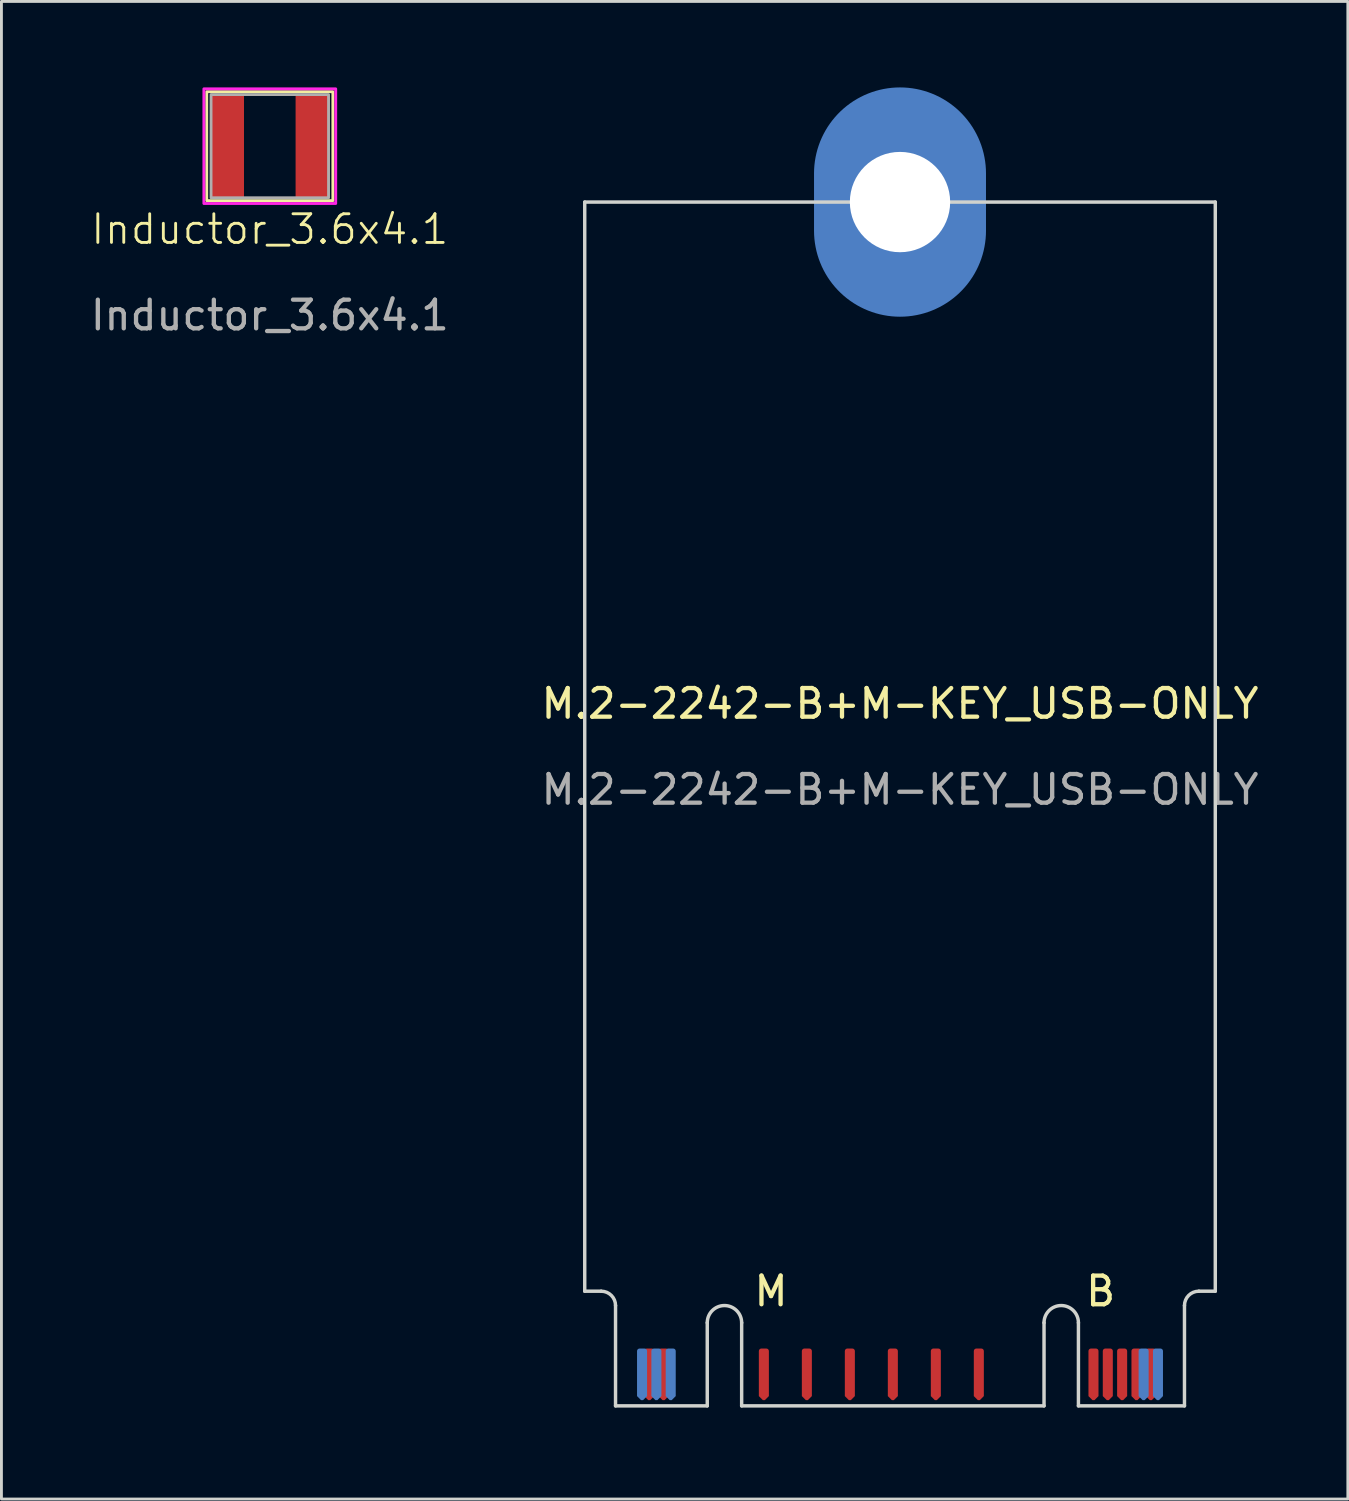
<source format=kicad_pcb>
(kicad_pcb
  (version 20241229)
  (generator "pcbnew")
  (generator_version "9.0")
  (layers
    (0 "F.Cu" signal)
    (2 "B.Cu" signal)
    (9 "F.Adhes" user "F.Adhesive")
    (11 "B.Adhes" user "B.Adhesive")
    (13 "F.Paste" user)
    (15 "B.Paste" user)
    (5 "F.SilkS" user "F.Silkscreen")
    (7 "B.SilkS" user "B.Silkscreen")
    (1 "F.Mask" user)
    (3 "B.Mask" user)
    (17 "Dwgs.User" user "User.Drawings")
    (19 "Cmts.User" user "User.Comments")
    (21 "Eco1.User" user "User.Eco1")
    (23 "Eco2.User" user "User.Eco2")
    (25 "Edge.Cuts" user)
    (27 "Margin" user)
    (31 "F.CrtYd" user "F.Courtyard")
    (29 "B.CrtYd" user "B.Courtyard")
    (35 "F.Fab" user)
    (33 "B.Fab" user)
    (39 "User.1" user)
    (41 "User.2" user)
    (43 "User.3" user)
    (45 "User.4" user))
  (footprint "M.2-2242-B+M-KEY_USB-ONLY"
    (layer "F.Cu")
    (at 28.351 46)
    (property "Reference" "M.2-2242-B+M-KEY_USB-ONLY" (at 0 -24.5 0) (unlocked yes) (layer "F.SilkS") (effects (font (size 1 1) (thickness 0.15))))
    (attr smd)
    (fp_line (start -11 -4) (end -11 -42) (stroke (width 0.12) (type solid)) (layer "Edge.Cuts"))
    (fp_line (start -10.425 -4) (end -11 -4) (stroke (width 0.12) (type default)) (layer "Edge.Cuts"))
    (fp_line (start -9.925 -3.5) (end -9.925 0) (stroke (width 0.12) (type solid)) (layer "Edge.Cuts"))
    (fp_line (start -9.925 0) (end -6.725 0) (stroke (width 0.12) (type default)) (layer "Edge.Cuts"))
    (fp_line (start -6.725 0) (end -6.725 -2.9) (stroke (width 0.12) (type solid)) (layer "Edge.Cuts"))
    (fp_line (start -5.525 -2.9) (end -5.525 0) (stroke (width 0.12) (type solid)) (layer "Edge.Cuts"))
    (fp_line (start -5.525 0) (end 5.025 0) (stroke (width 0.12) (type solid)) (layer "Edge.Cuts"))
    (fp_line (start 5.025 0) (end 5.025 -2.9) (stroke (width 0.12) (type solid)) (layer "Edge.Cuts"))
    (fp_line (start 6.225 -2.9) (end 6.225 0) (stroke (width 0.12) (type solid)) (layer "Edge.Cuts"))
    (fp_line (start 6.225 0) (end 9.925 0) (stroke (width 0.12) (type solid)) (layer "Edge.Cuts"))
    (fp_line (start 9.925 0) (end 9.925 -3.5) (stroke (width 0.12) (type solid)) (layer "Edge.Cuts"))
    (fp_line (start 10.425 -4) (end 11 -4) (stroke (width 0.12) (type default)) (layer "Edge.Cuts"))
    (fp_line (start 11 -42) (end -11 -42) (stroke (width 0.12) (type solid)) (layer "Edge.Cuts"))
    (fp_line (start 11 -4) (end 11 -42) (stroke (width 0.12) (type solid)) (layer "Edge.Cuts"))
    (fp_arc (start -10.425 -4) (mid -10.071447 -3.853553) (end -9.925 -3.5) (stroke (width 0.12) (type default)) (layer "Edge.Cuts"))
    (fp_arc (start -6.725 -2.9) (mid -6.125 -3.5) (end -5.525 -2.9) (stroke (width 0.12) (type solid)) (layer "Edge.Cuts"))
    (fp_arc (start 5.025 -2.9) (mid 5.625 -3.5) (end 6.225 -2.9) (stroke (width 0.12) (type solid)) (layer "Edge.Cuts"))
    (fp_arc (start 9.925 -3.5) (mid 10.071447 -3.853553) (end 10.425 -4) (stroke (width 0.12) (type default)) (layer "Edge.Cuts"))
    (fp_text user "M" (at -4.5 -4 0) (unlocked yes) (layer "F.SilkS") (effects (font (size 1 1) (thickness 0.15))))
    (fp_text user "B" (at 7 -4 0) (unlocked yes) (layer "F.SilkS") (effects (font (size 1 1) (thickness 0.15))))
    (fp_text user "${REFERENCE}" (at 0 -21.5 0) (unlocked yes) (layer "F.Fab") (effects (font (size 1 1) (thickness 0.15))))
    (pad "2" smd roundrect (at 9 -1.1) (size 0.35 1.8) (layers "B.Cu" "B.Mask" "B.Paste") (roundrect_rratio 0.25) (chamfer_ratio 0.4) (chamfer bottom_left bottom_right))
    (pad "3" thru_hole circle (at 0 -42) (size 5.5 5.5) (drill 3.5) (property pad_prop_castellated) (layers "*.Cu" "*.Mask"))
    (pad "3" connect oval (at 0 -42) (size 6 8) (layers "B.Cu" "B.Mask"))
    (pad "3" smd roundrect (at 8.75 -1.1) (size 0.35 1.8) (layers "F.Cu" "F.Mask" "F.Paste") (roundrect_rratio 0.25) (chamfer_ratio 0.4) (chamfer bottom_left bottom_right))
    (pad "4" smd roundrect (at 8.5 -1.1) (size 0.35 1.8) (layers "B.Cu" "B.Mask" "B.Paste") (roundrect_rratio 0.25) (chamfer_ratio 0.4) (chamfer bottom_left bottom_right))
    (pad "5" smd roundrect (at 8.25 -1.1) (size 0.35 1.8) (layers "F.Cu" "F.Mask" "F.Paste") (roundrect_rratio 0.25) (chamfer_ratio 0.4) (chamfer bottom_left bottom_right))
    (pad "7" smd roundrect (at 7.75 -1.1) (size 0.35 1.8) (layers "F.Cu" "F.Mask" "F.Paste") (roundrect_rratio 0.25) (chamfer_ratio 0.4) (chamfer bottom_left bottom_right))
    (pad "9" smd roundrect (at 7.25 -1.1) (size 0.35 1.8) (layers "F.Cu" "F.Mask" "F.Paste") (roundrect_rratio 0.25) (chamfer_ratio 0.4) (chamfer bottom_left bottom_right))
    (pad "11" smd roundrect (at 6.75 -1.1) (size 0.35 1.8) (layers "F.Cu" "F.Mask" "F.Paste") (roundrect_rratio 0.25) (chamfer_ratio 0.4) (chamfer bottom_left bottom_right))
    (pad "27" smd roundrect (at 2.75 -1.1) (size 0.35 1.8) (layers "F.Cu" "F.Mask" "F.Paste") (roundrect_rratio 0.25) (chamfer_ratio 0.4) (chamfer bottom_left bottom_right))
    (pad "33" smd roundrect (at 1.25 -1.1) (size 0.35 1.8) (layers "F.Cu" "F.Mask" "F.Paste") (roundrect_rratio 0.25) (chamfer_ratio 0.4) (chamfer bottom_left bottom_right))
    (pad "39" smd roundrect (at -0.25 -1.1) (size 0.35 1.8) (layers "F.Cu" "F.Mask" "F.Paste") (roundrect_rratio 0.25) (chamfer_ratio 0.4) (chamfer bottom_left bottom_right))
    (pad "45" smd roundrect (at -1.75 -1.1) (size 0.35 1.8) (layers "F.Cu" "F.Mask" "F.Paste") (roundrect_rratio 0.25) (chamfer_ratio 0.4) (chamfer bottom_left bottom_right))
    (pad "51" smd roundrect (at -3.25 -1.1) (size 0.35 1.8) (layers "F.Cu" "F.Mask" "F.Paste") (roundrect_rratio 0.25) (chamfer_ratio 0.4) (chamfer bottom_left bottom_right))
    (pad "57" smd roundrect (at -4.75 -1.1) (size 0.35 1.8) (layers "F.Cu" "F.Mask" "F.Paste") (roundrect_rratio 0.25) (chamfer_ratio 0.4) (chamfer bottom_left bottom_right))
    (pad "70" smd roundrect (at -8 -1.1) (size 0.35 1.8) (layers "B.Cu" "B.Mask" "B.Paste") (roundrect_rratio 0.25) (chamfer_ratio 0.4) (chamfer bottom_left bottom_right))
    (pad "71" smd roundrect (at -8.25 -1.1) (size 0.35 1.8) (layers "F.Cu" "F.Mask" "F.Paste") (roundrect_rratio 0.25) (chamfer_ratio 0.4) (chamfer bottom_left bottom_right))
    (pad "72" smd roundrect (at -8.5 -1.1) (size 0.35 1.8) (layers "B.Cu" "B.Mask" "B.Paste") (roundrect_rratio 0.25) (chamfer_ratio 0.4) (chamfer bottom_left bottom_right))
    (pad "73" smd roundrect (at -8.75 -1.1) (size 0.35 1.8) (layers "F.Cu" "F.Mask" "F.Paste") (roundrect_rratio 0.25) (chamfer_ratio 0.4) (chamfer bottom_left bottom_right))
    (pad "74" smd roundrect (at -9 -1.1) (size 0.35 1.8) (layers "B.Cu" "B.Mask" "B.Paste") (roundrect_rratio 0.25) (chamfer_ratio 0.4) (chamfer bottom_left bottom_right))
    (zone (net_name "") (layers "F.Cu" "B.Cu") (hatch edge 0.5) (connect_pads) (min_thickness 0.25) (filled_areas_thickness no) (keepout (tracks allowed) (vias allowed) (pads not_allowed) (copperpour allowed) (footprints not_allowed)) (placement (enabled no)) (fill) (polygon (pts (xy 17.351 44) (xy 17.351 42) (xy 39.351 42) (xy 39.351 44))))
    (zone (net_name "") (layers "F.Cu" "B.Cu") (hatch edge 0.5) (connect_pads) (min_thickness 0.25) (filled_areas_thickness no) (keepout (tracks allowed) (vias allowed) (pads allowed) (copperpour not_allowed) (footprints allowed)) (placement (enabled no)) (fill) (polygon (pts (xy 18.351 43.75) (xy 38.351 43.75) (xy 38.351 46) (xy 18.351 46)))))
  (footprint "Inductor_3.6x4.1"
    (layer "F.Cu")
    (at 6.363 2.05)
    (property "Reference" "Inductor_3.6x4.1" (at 0 2.9 0) (unlocked yes) (layer "F.SilkS") (effects (font (size 1 1) (thickness 0.1))))
    (attr smd)
    (fp_rect (start -2.2 -1.9) (end 2.2 1.9) (stroke (width 0.1) (type default)) (fill no) (layer "F.SilkS"))
    (fp_rect (start -2.3 -2) (end 2.3 2) (stroke (width 0.1) (type default)) (fill no) (layer "F.CrtYd"))
    (fp_rect (start -2.05 -1.8) (end 2.05 1.8) (stroke (width 0.1) (type default)) (fill no) (layer "F.Fab"))
    (fp_text user "${REFERENCE}" (at 0 5.9 0) (unlocked yes) (layer "F.Fab") (effects (font (size 1 1) (thickness 0.15))))
    (pad "1" smd rect (at -1.475 0) (size 1.15 3.6) (layers "F.Cu" "F.Mask" "F.Paste"))
    (pad "2" smd rect (at 1.475 0) (size 1.15 3.6) (layers "F.Cu" "F.Mask" "F.Paste")))
  (gr_rect
    (start -3 -3)
    (end 43.976 49.25)
    (stroke (width 0.1) (type default))
    (fill no)
    (layer "Edge.Cuts")))
</source>
